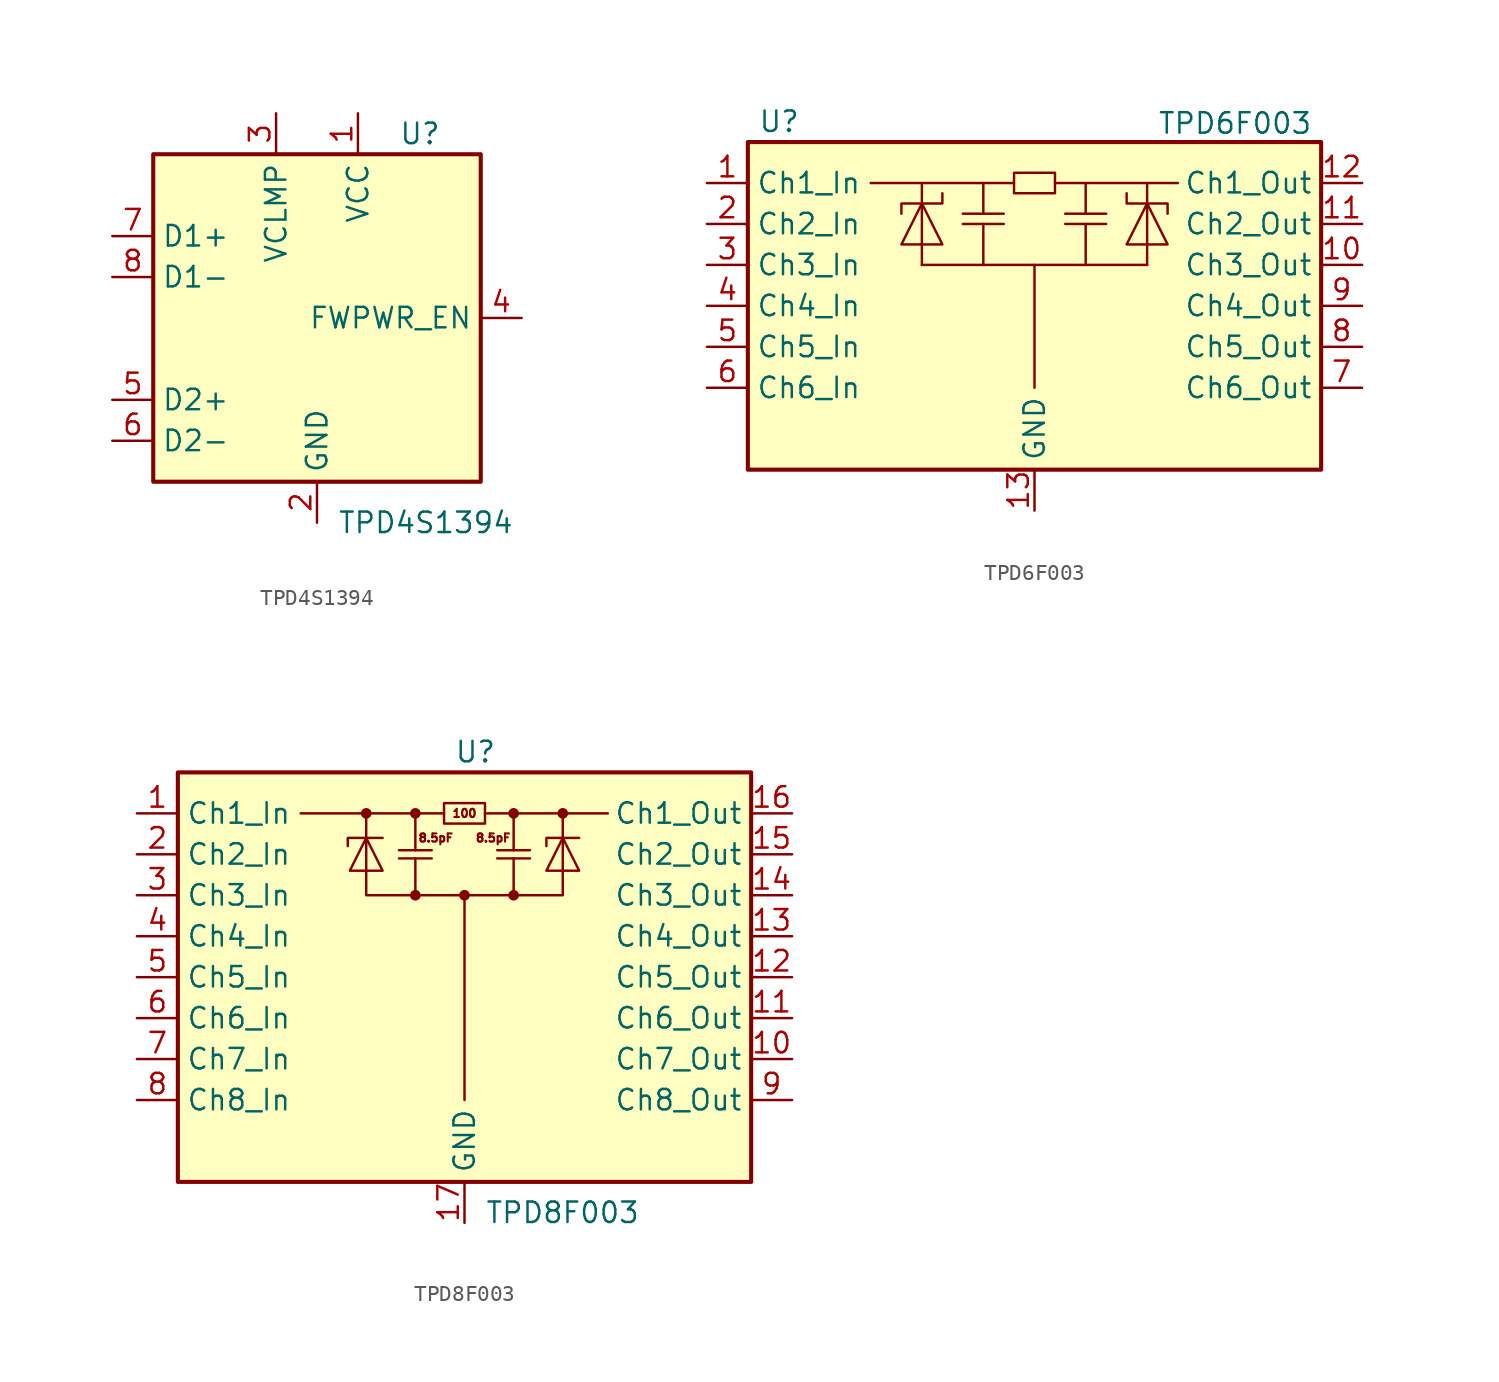
<source format=kicad_sym>
(kicad_symbol_lib
  (version 20201005)
  (generator kicad_symbol_editor)
  (symbol "Power_Protection:TPD4S1394"
    (property "Reference" "U"
      (at 5.08 11.43 0)
      (effects (font (size 1.27 1.27)) (justify left)))
    (property "Value" "TPD4S1394"
      (at 1.27 -12.7 0)
      (effects (font (size 1.27 1.27)) (justify left)))
    (symbol "TPD4S1394_0_1"
      (rectangle (start -10.16 10.16) (end 10.16 -10.16) (stroke (width 0.254)) (fill (type background))))
    (symbol "TPD4S1394_1_1"
      (pin power_in line (at 2.54 12.7 270) (length 2.54) (name "VCC" (effects (font (size 1.27 1.27)))) (number "1" (effects (font (size 1.27 1.27)))))
      (pin power_in line (at 0 -12.7 90) (length 2.54) (name "GND" (effects (font (size 1.27 1.27)))) (number "2" (effects (font (size 1.27 1.27)))))
      (pin passive line (at -2.54 12.7 270) (length 2.54) (name "VCLMP" (effects (font (size 1.27 1.27)))) (number "3" (effects (font (size 1.27 1.27)))))
      (pin passive line (at 12.7 0 180) (length 2.54) (name "FWPWR_EN" (effects (font (size 1.27 1.27)))) (number "4" (effects (font (size 1.27 1.27)))))
      (pin passive line (at -12.7 -5.08 0) (length 2.54) (name "D2+" (effects (font (size 1.27 1.27)))) (number "5" (effects (font (size 1.27 1.27)))))
      (pin passive line (at -12.7 -7.62 0) (length 2.54) (name "D2-" (effects (font (size 1.27 1.27)))) (number "6" (effects (font (size 1.27 1.27)))))
      (pin passive line (at -12.7 5.08 0) (length 2.54) (name "D1+" (effects (font (size 1.27 1.27)))) (number "7" (effects (font (size 1.27 1.27)))))
      (pin passive line (at -12.7 2.54 0) (length 2.54) (name "D1-" (effects (font (size 1.27 1.27)))) (number "8" (effects (font (size 1.27 1.27)))))))
  (symbol "Power_Protection:TPD6F003"
    (property "Reference" "U"
      (at -17.145 11.43 0)
      (effects (font (size 1.27 1.27)) (justify left)))
    (property "Value" "TPD6F003"
      (at 7.62 12.065 0)
      (effects (font (size 1.27 1.27)) (justify left top)))
    (symbol "TPD6F003_0_1"
      (rectangle (start -17.78 10.16) (end 17.78 -10.16) (stroke (width 0.254)) (fill (type background)))
      (polyline (pts (xy -6.985 2.54) (xy 6.985 2.54)) (stroke (width 0)) (fill (type none)))
      (polyline (pts (xy -6.985 6.35) (xy -6.985 7.62)) (stroke (width 0)) (fill (type none)))
      (polyline (pts (xy -4.445 5.715) (xy -1.905 5.715)) (stroke (width 0)) (fill (type none)))
      (polyline (pts (xy -3.175 5.08) (xy -3.175 2.54)) (stroke (width 0)) (fill (type none)))
      (polyline (pts (xy -3.175 7.62) (xy -3.175 5.715)) (stroke (width 0)) (fill (type none)))
      (polyline (pts (xy -1.905 5.08) (xy -4.445 5.08)) (stroke (width 0)) (fill (type none)))
      (polyline (pts (xy -1.27 7.62) (xy -10.16 7.62)) (stroke (width 0)) (fill (type none)))
      (polyline (pts (xy 0 2.54) (xy 0 -5.08)) (stroke (width 0)) (fill (type none)))
      (polyline (pts (xy 1.27 7.62) (xy 8.89 7.62)) (stroke (width 0)) (fill (type none)))
      (polyline (pts (xy 1.905 5.715) (xy 4.445 5.715)) (stroke (width 0)) (fill (type none)))
      (polyline (pts (xy 3.175 5.08) (xy 3.175 2.54)) (stroke (width 0)) (fill (type none)))
      (polyline (pts (xy 3.175 7.62) (xy 3.175 5.715)) (stroke (width 0)) (fill (type none)))
      (polyline (pts (xy 4.445 5.08) (xy 1.905 5.08)) (stroke (width 0)) (fill (type none)))
      (polyline (pts (xy 6.985 6.35) (xy 6.985 7.62)) (stroke (width 0)) (fill (type none)))
      (polyline (pts (xy -6.985 3.81) (xy -6.985 6.35) (xy -6.985 2.54)) (stroke (width 0)) (fill (type none)))
      (polyline (pts (xy 6.985 3.81) (xy 6.985 6.35) (xy 6.985 2.54)) (stroke (width 0)) (fill (type none)))
      (polyline (pts (xy -6.985 6.35) (xy -5.715 3.81) (xy -8.255 3.81) (xy -6.985 6.35)) (stroke (width 0)) (fill (type none)))
      (polyline (pts (xy -5.715 6.985) (xy -5.715 6.35) (xy -8.255 6.35) (xy -8.255 5.715)) (stroke (width 0)) (fill (type none)))
      (polyline (pts (xy 5.715 6.985) (xy 5.715 6.35) (xy 8.255 6.35) (xy 8.255 5.715)) (stroke (width 0)) (fill (type none)))
      (polyline (pts (xy 6.985 6.35) (xy 5.715 3.81) (xy 8.255 3.81) (xy 6.985 6.35)) (stroke (width 0)) (fill (type none)))
      (polyline (pts (xy -1.27 7.62) (xy -1.27 6.985) (xy 1.27 6.985) (xy 1.27 8.255) (xy -1.27 8.255) (xy -1.27 7.62)) (stroke (width 0)) (fill (type none))))
    (symbol "TPD6F003_1_1"
      (pin passive line (at -20.32 7.62 0) (length 2.54) (name "Ch1_In" (effects (font (size 1.27 1.27)))) (number "1" (effects (font (size 1.27 1.27)))))
      (pin passive line (at 20.32 2.54 180) (length 2.54) (name "Ch3_Out" (effects (font (size 1.27 1.27)))) (number "10" (effects (font (size 1.27 1.27)))))
      (pin passive line (at 20.32 5.08 180) (length 2.54) (name "Ch2_Out" (effects (font (size 1.27 1.27)))) (number "11" (effects (font (size 1.27 1.27)))))
      (pin passive line (at 20.32 7.62 180) (length 2.54) (name "Ch1_Out" (effects (font (size 1.27 1.27)))) (number "12" (effects (font (size 1.27 1.27)))))
      (pin power_in line (at 0 -12.7 90) (length 2.54) (name "GND" (effects (font (size 1.27 1.27)))) (number "13" (effects (font (size 1.27 1.27)))))
      (pin passive line (at -20.32 5.08 0) (length 2.54) (name "Ch2_In" (effects (font (size 1.27 1.27)))) (number "2" (effects (font (size 1.27 1.27)))))
      (pin passive line (at -20.32 2.54 0) (length 2.54) (name "Ch3_In" (effects (font (size 1.27 1.27)))) (number "3" (effects (font (size 1.27 1.27)))))
      (pin passive line (at -20.32 0 0) (length 2.54) (name "Ch4_In" (effects (font (size 1.27 1.27)))) (number "4" (effects (font (size 1.27 1.27)))))
      (pin passive line (at -20.32 -2.54 0) (length 2.54) (name "Ch5_In" (effects (font (size 1.27 1.27)))) (number "5" (effects (font (size 1.27 1.27)))))
      (pin passive line (at -20.32 -5.08 0) (length 2.54) (name "Ch6_In" (effects (font (size 1.27 1.27)))) (number "6" (effects (font (size 1.27 1.27)))))
      (pin passive line (at 20.32 -5.08 180) (length 2.54) (name "Ch6_Out" (effects (font (size 1.27 1.27)))) (number "7" (effects (font (size 1.27 1.27)))))
      (pin passive line (at 20.32 -2.54 180) (length 2.54) (name "Ch5_Out" (effects (font (size 1.27 1.27)))) (number "8" (effects (font (size 1.27 1.27)))))
      (pin passive line (at 20.32 0 180) (length 2.54) (name "Ch4_Out" (effects (font (size 1.27 1.27)))) (number "9" (effects (font (size 1.27 1.27)))))))
  (symbol "Power_Protection:TPD8F003"
    (property "Reference" "U"
      (at -0.635 13.97 0)
      (effects (font (size 1.27 1.27)) (justify left)))
    (property "Value" "TPD8F003"
      (at 1.27 -14.605 0)
      (effects (font (size 1.27 1.27)) (justify left)))
    (symbol "TPD8F003_0_0"
      (circle (center -6.096 10.16) (radius 0.254) (stroke (width 0)) (fill (type outline)))
      (circle (center -3.048 5.08) (radius 0.254) (stroke (width 0)) (fill (type outline)))
      (circle (center -3.048 10.16) (radius 0.254) (stroke (width 0)) (fill (type outline)))
      (circle (center 0 5.08) (radius 0.254) (stroke (width 0)) (fill (type outline)))
      (circle (center 3.048 5.08) (radius 0.254) (stroke (width 0)) (fill (type outline)))
      (circle (center 3.048 10.16) (radius 0.254) (stroke (width 0)) (fill (type outline)))
      (circle (center 6.096 10.16) (radius 0.254) (stroke (width 0)) (fill (type outline)))
      (text "100" (at 0 10.16 0) (effects (font (size 0.508 0.508))))
      (text "8.5pF" (at -1.778 8.636 0) (effects (font (size 0.508 0.508))))
      (text "8.5pF" (at 1.778 8.636 0) (effects (font (size 0.508 0.508))))
      (polyline (pts (xy -6.096 10.16) (xy -6.096 5.08) (xy 6.096 5.08) (xy 6.096 10.16)) (stroke (width 0)) (fill (type none))))
    (symbol "TPD8F003_0_1"
      (rectangle (start -17.78 12.7) (end 17.78 -12.7) (stroke (width 0.254)) (fill (type background)))
      (polyline (pts (xy -4.064 7.874) (xy -2.032 7.874)) (stroke (width 0)) (fill (type none)))
      (polyline (pts (xy -3.048 7.366) (xy -3.048 5.08)) (stroke (width 0)) (fill (type none)))
      (polyline (pts (xy -3.048 10.16) (xy -3.048 7.874)) (stroke (width 0)) (fill (type none)))
      (polyline (pts (xy -2.032 7.366) (xy -4.064 7.366)) (stroke (width 0)) (fill (type none)))
      (polyline (pts (xy -1.27 10.16) (xy -10.16 10.16)) (stroke (width 0)) (fill (type none)))
      (polyline (pts (xy 0 5.08) (xy 0 -7.62)) (stroke (width 0)) (fill (type none)))
      (polyline (pts (xy 1.27 10.16) (xy 8.89 10.16)) (stroke (width 0)) (fill (type none)))
      (polyline (pts (xy 2.032 7.874) (xy 4.064 7.874)) (stroke (width 0)) (fill (type none)))
      (polyline (pts (xy 3.048 7.366) (xy 3.048 5.08)) (stroke (width 0)) (fill (type none)))
      (polyline (pts (xy 3.048 10.16) (xy 3.048 7.874)) (stroke (width 0)) (fill (type none)))
      (polyline (pts (xy 4.064 7.366) (xy 2.032 7.366)) (stroke (width 0)) (fill (type none)))
      (polyline (pts (xy -5.08 8.636) (xy -7.239 8.636) (xy -7.239 8.128)) (stroke (width 0)) (fill (type none)))
      (polyline (pts (xy 5.08 8.128) (xy 5.08 8.636) (xy 7.112 8.636)) (stroke (width 0)) (fill (type none)))
      (polyline (pts (xy -6.096 8.636) (xy -5.08 6.604) (xy -7.112 6.604) (xy -6.096 8.636)) (stroke (width 0)) (fill (type none)))
      (polyline (pts (xy 6.096 8.636) (xy 5.08 6.604) (xy 7.112 6.604) (xy 6.096 8.636)) (stroke (width 0)) (fill (type none)))
      (polyline (pts (xy -1.27 10.16) (xy -1.27 9.525) (xy 1.27 9.525) (xy 1.27 10.795) (xy -1.27 10.795) (xy -1.27 10.16)) (stroke (width 0)) (fill (type none))))
    (symbol "TPD8F003_1_1"
      (pin passive line (at -20.32 10.16 0) (length 2.54) (name "Ch1_In" (effects (font (size 1.27 1.27)))) (number "1" (effects (font (size 1.27 1.27)))))
      (pin passive line (at 20.32 -5.08 180) (length 2.54) (name "Ch7_Out" (effects (font (size 1.27 1.27)))) (number "10" (effects (font (size 1.27 1.27)))))
      (pin passive line (at 20.32 -2.54 180) (length 2.54) (name "Ch6_Out" (effects (font (size 1.27 1.27)))) (number "11" (effects (font (size 1.27 1.27)))))
      (pin passive line (at 20.32 0 180) (length 2.54) (name "Ch5_Out" (effects (font (size 1.27 1.27)))) (number "12" (effects (font (size 1.27 1.27)))))
      (pin passive line (at 20.32 2.54 180) (length 2.54) (name "Ch4_Out" (effects (font (size 1.27 1.27)))) (number "13" (effects (font (size 1.27 1.27)))))
      (pin passive line (at 20.32 5.08 180) (length 2.54) (name "Ch3_Out" (effects (font (size 1.27 1.27)))) (number "14" (effects (font (size 1.27 1.27)))))
      (pin passive line (at 20.32 7.62 180) (length 2.54) (name "Ch2_Out" (effects (font (size 1.27 1.27)))) (number "15" (effects (font (size 1.27 1.27)))))
      (pin passive line (at 20.32 10.16 180) (length 2.54) (name "Ch1_Out" (effects (font (size 1.27 1.27)))) (number "16" (effects (font (size 1.27 1.27)))))
      (pin power_in line (at 0 -15.24 90) (length 2.54) (name "GND" (effects (font (size 1.27 1.27)))) (number "17" (effects (font (size 1.27 1.27)))))
      (pin passive line (at -20.32 7.62 0) (length 2.54) (name "Ch2_In" (effects (font (size 1.27 1.27)))) (number "2" (effects (font (size 1.27 1.27)))))
      (pin passive line (at -20.32 5.08 0) (length 2.54) (name "Ch3_In" (effects (font (size 1.27 1.27)))) (number "3" (effects (font (size 1.27 1.27)))))
      (pin passive line (at -20.32 2.54 0) (length 2.54) (name "Ch4_In" (effects (font (size 1.27 1.27)))) (number "4" (effects (font (size 1.27 1.27)))))
      (pin passive line (at -20.32 0 0) (length 2.54) (name "Ch5_In" (effects (font (size 1.27 1.27)))) (number "5" (effects (font (size 1.27 1.27)))))
      (pin passive line (at -20.32 -2.54 0) (length 2.54) (name "Ch6_In" (effects (font (size 1.27 1.27)))) (number "6" (effects (font (size 1.27 1.27)))))
      (pin passive line (at -20.32 -5.08 0) (length 2.54) (name "Ch7_In" (effects (font (size 1.27 1.27)))) (number "7" (effects (font (size 1.27 1.27)))))
      (pin passive line (at -20.32 -7.62 0) (length 2.54) (name "Ch8_In" (effects (font (size 1.27 1.27)))) (number "8" (effects (font (size 1.27 1.27)))))
      (pin passive line (at 20.32 -7.62 180) (length 2.54) (name "Ch8_Out" (effects (font (size 1.27 1.27)))) (number "9" (effects (font (size 1.27 1.27))))))))
</source>
